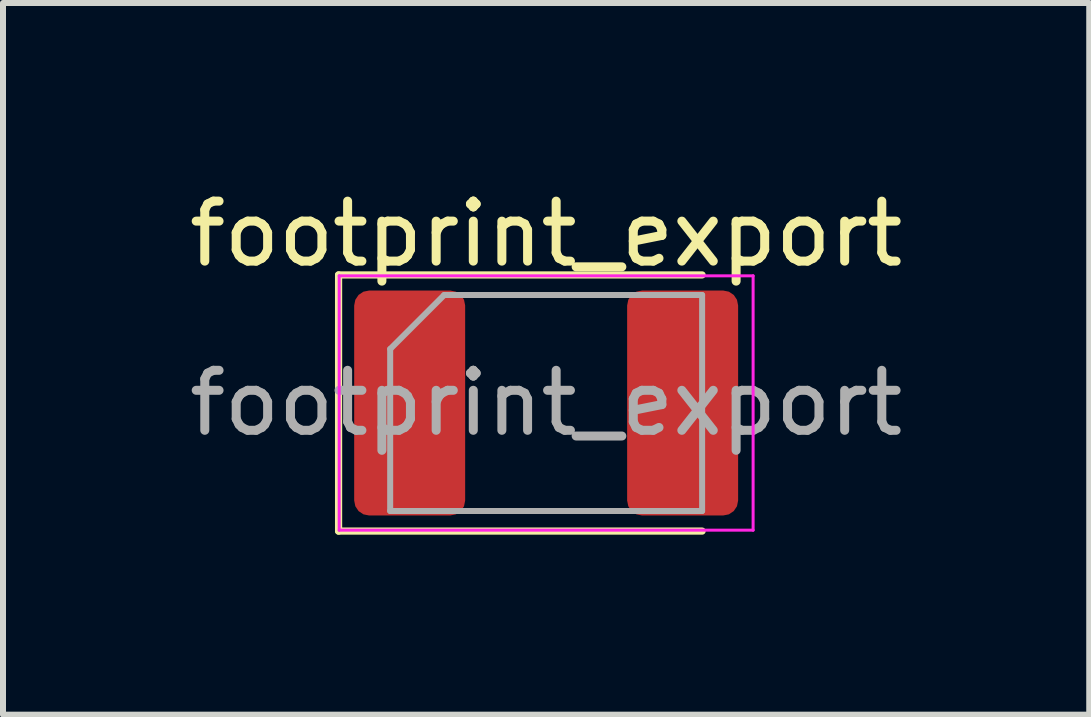
<source format=kicad_pcb>
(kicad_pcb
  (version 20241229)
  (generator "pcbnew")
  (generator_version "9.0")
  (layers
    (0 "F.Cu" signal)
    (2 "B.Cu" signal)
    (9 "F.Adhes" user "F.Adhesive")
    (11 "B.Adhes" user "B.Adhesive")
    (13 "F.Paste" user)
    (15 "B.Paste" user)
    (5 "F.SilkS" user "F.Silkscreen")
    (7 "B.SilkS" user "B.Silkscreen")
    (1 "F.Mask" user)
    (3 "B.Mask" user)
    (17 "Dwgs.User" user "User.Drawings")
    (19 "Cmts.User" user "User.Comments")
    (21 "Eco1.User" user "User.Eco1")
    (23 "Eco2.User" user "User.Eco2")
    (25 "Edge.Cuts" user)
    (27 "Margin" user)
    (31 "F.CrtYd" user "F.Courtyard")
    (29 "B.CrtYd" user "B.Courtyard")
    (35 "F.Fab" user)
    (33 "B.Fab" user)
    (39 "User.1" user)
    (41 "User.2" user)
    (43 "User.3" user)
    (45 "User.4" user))
  (footprint "footprint_export"
    (layer "F.Cu")
    (at 6.054 3.668)
    (property "Reference" "footprint_export" (at 0 -2.82 0) (layer "F.SilkS") (effects (font (size 1 1) (thickness 0.15))))
    (attr smd)
    (fp_line (start -3.46 -2.135) (end -3.46 2.135) (stroke (width 0.12) (type solid)) (layer "F.SilkS"))
    (fp_line (start -3.46 2.135) (end 2.6 2.135) (stroke (width 0.12) (type solid)) (layer "F.SilkS"))
    (fp_line (start 2.6 -2.135) (end -3.46 -2.135) (stroke (width 0.12) (type solid)) (layer "F.SilkS"))
    (fp_line (start -3.45 -2.12) (end 3.45 -2.12) (stroke (width 0.05) (type solid)) (layer "F.CrtYd"))
    (fp_line (start -3.45 2.12) (end -3.45 -2.12) (stroke (width 0.05) (type solid)) (layer "F.CrtYd"))
    (fp_line (start 3.45 -2.12) (end 3.45 2.12) (stroke (width 0.05) (type solid)) (layer "F.CrtYd"))
    (fp_line (start 3.45 2.12) (end -3.45 2.12) (stroke (width 0.05) (type solid)) (layer "F.CrtYd"))
    (fp_line (start -2.6 -0.9) (end -2.6 1.8) (stroke (width 0.1) (type solid)) (layer "F.Fab"))
    (fp_line (start -2.6 1.8) (end 2.6 1.8) (stroke (width 0.1) (type solid)) (layer "F.Fab"))
    (fp_line (start -1.7 -1.8) (end -2.6 -0.9) (stroke (width 0.1) (type solid)) (layer "F.Fab"))
    (fp_line (start 2.6 -1.8) (end -1.7 -1.8) (stroke (width 0.1) (type solid)) (layer "F.Fab"))
    (fp_line (start 2.6 1.8) (end 2.6 -1.8) (stroke (width 0.1) (type solid)) (layer "F.Fab"))
    (fp_text user "${REFERENCE}" (at 0 0 0) (layer "F.Fab") (effects (font (size 1 1) (thickness 0.15))))
    (pad "1" smd roundrect (at -2.275 0) (size 1.85 3.75) (layers "F.Cu" "F.Mask" "F.Paste") (roundrect_rratio 0.135))
    (pad "2" smd roundrect (at 2.275 0) (size 1.85 3.75) (layers "F.Cu" "F.Mask" "F.Paste") (roundrect_rratio 0.135)))
  (gr_rect
    (start -3 -3)
    (end 15.107 8.863)
    (stroke (width 0.1) (type default))
    (fill no)
    (layer "Edge.Cuts")))
</source>
